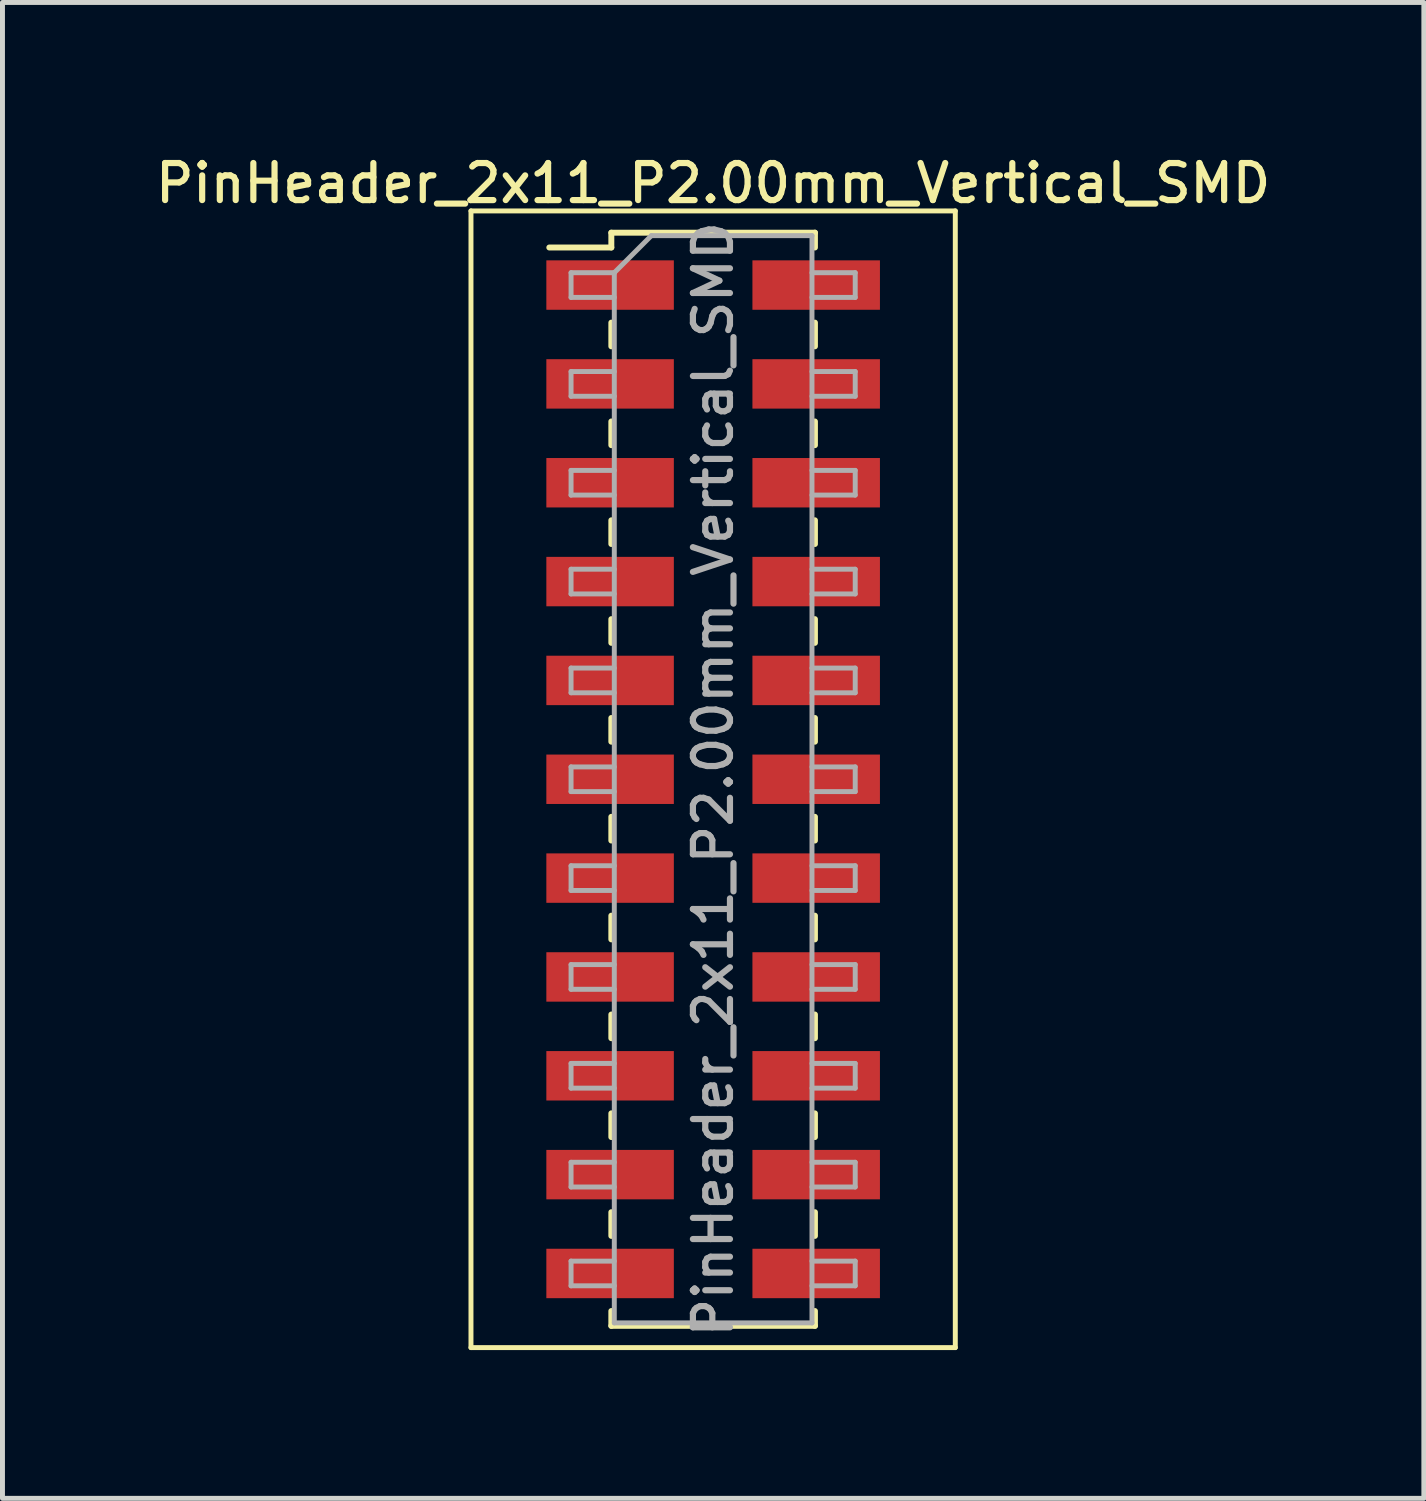
<source format=kicad_pcb>
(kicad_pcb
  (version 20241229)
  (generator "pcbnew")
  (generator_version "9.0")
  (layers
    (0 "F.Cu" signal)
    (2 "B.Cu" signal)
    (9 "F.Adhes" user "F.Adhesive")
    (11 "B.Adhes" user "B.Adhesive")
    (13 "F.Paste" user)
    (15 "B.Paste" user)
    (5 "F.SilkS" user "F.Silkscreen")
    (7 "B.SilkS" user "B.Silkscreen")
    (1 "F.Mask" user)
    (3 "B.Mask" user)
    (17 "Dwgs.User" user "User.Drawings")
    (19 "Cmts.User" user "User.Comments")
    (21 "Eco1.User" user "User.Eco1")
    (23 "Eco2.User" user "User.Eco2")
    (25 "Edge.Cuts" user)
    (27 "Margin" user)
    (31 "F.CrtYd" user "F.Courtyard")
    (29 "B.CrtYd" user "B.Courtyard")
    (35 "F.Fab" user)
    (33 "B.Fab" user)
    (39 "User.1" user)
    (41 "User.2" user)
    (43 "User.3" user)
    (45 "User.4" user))
  (footprint "PinHeader_2x11_P2.00mm_Vertical_SMD"
    (layer "F.Cu")
    (at 11.38 12.718)
    (property "Reference" "PinHeader_2x11_P2.00mm_Vertical_SMD" (at 0 -12.06 0) (layer "F.SilkS") (effects (font (size 0.75 0.75) (thickness 0.125))))
    (attr smd)
    (fp_line (start -4.9 -11.5) (end -4.9 11.5) (stroke (width 0.1) (type solid)) (layer "F.SilkS"))
    (fp_line (start -4.9 11.5) (end 4.9 11.5) (stroke (width 0.1) (type solid)) (layer "F.SilkS"))
    (fp_line (start -3.315 -10.76) (end -2.06 -10.76) (stroke (width 0.12) (type solid)) (layer "F.SilkS"))
    (fp_line (start -2.06 -11.06) (end -2.06 -10.76) (stroke (width 0.12) (type solid)) (layer "F.SilkS"))
    (fp_line (start -2.06 -11.06) (end 2.06 -11.06) (stroke (width 0.12) (type solid)) (layer "F.SilkS"))
    (fp_line (start -2.06 -9.24) (end -2.06 -8.76) (stroke (width 0.12) (type solid)) (layer "F.SilkS"))
    (fp_line (start -2.06 -7.24) (end -2.06 -6.76) (stroke (width 0.12) (type solid)) (layer "F.SilkS"))
    (fp_line (start -2.06 -5.24) (end -2.06 -4.76) (stroke (width 0.12) (type solid)) (layer "F.SilkS"))
    (fp_line (start -2.06 -3.24) (end -2.06 -2.76) (stroke (width 0.12) (type solid)) (layer "F.SilkS"))
    (fp_line (start -2.06 -1.24) (end -2.06 -0.76) (stroke (width 0.12) (type solid)) (layer "F.SilkS"))
    (fp_line (start -2.06 0.76) (end -2.06 1.24) (stroke (width 0.12) (type solid)) (layer "F.SilkS"))
    (fp_line (start -2.06 2.76) (end -2.06 3.24) (stroke (width 0.12) (type solid)) (layer "F.SilkS"))
    (fp_line (start -2.06 4.76) (end -2.06 5.24) (stroke (width 0.12) (type solid)) (layer "F.SilkS"))
    (fp_line (start -2.06 6.76) (end -2.06 7.24) (stroke (width 0.12) (type solid)) (layer "F.SilkS"))
    (fp_line (start -2.06 8.76) (end -2.06 9.24) (stroke (width 0.12) (type solid)) (layer "F.SilkS"))
    (fp_line (start -2.06 10.76) (end -2.06 11.06) (stroke (width 0.12) (type solid)) (layer "F.SilkS"))
    (fp_line (start -2.06 11.06) (end 2.06 11.06) (stroke (width 0.12) (type solid)) (layer "F.SilkS"))
    (fp_line (start 2.06 -11.06) (end 2.06 -10.76) (stroke (width 0.12) (type solid)) (layer "F.SilkS"))
    (fp_line (start 2.06 -9.24) (end 2.06 -8.76) (stroke (width 0.12) (type solid)) (layer "F.SilkS"))
    (fp_line (start 2.06 -7.24) (end 2.06 -6.76) (stroke (width 0.12) (type solid)) (layer "F.SilkS"))
    (fp_line (start 2.06 -5.24) (end 2.06 -4.76) (stroke (width 0.12) (type solid)) (layer "F.SilkS"))
    (fp_line (start 2.06 -3.24) (end 2.06 -2.76) (stroke (width 0.12) (type solid)) (layer "F.SilkS"))
    (fp_line (start 2.06 -1.24) (end 2.06 -0.76) (stroke (width 0.12) (type solid)) (layer "F.SilkS"))
    (fp_line (start 2.06 0.76) (end 2.06 1.24) (stroke (width 0.12) (type solid)) (layer "F.SilkS"))
    (fp_line (start 2.06 2.76) (end 2.06 3.24) (stroke (width 0.12) (type solid)) (layer "F.SilkS"))
    (fp_line (start 2.06 4.76) (end 2.06 5.24) (stroke (width 0.12) (type solid)) (layer "F.SilkS"))
    (fp_line (start 2.06 6.76) (end 2.06 7.24) (stroke (width 0.12) (type solid)) (layer "F.SilkS"))
    (fp_line (start 2.06 8.76) (end 2.06 9.24) (stroke (width 0.12) (type solid)) (layer "F.SilkS"))
    (fp_line (start 2.06 10.76) (end 2.06 11.06) (stroke (width 0.12) (type solid)) (layer "F.SilkS"))
    (fp_line (start 4.9 -11.5) (end -4.9 -11.5) (stroke (width 0.1) (type solid)) (layer "F.SilkS"))
    (fp_line (start 4.9 11.5) (end 4.9 -11.5) (stroke (width 0.1) (type solid)) (layer "F.SilkS"))
    (fp_line (start -2.875 -10.25) (end -2.875 -9.75) (stroke (width 0.1) (type solid)) (layer "F.Fab"))
    (fp_line (start -2.875 -9.75) (end -2 -9.75) (stroke (width 0.1) (type solid)) (layer "F.Fab"))
    (fp_line (start -2.875 -8.25) (end -2.875 -7.75) (stroke (width 0.1) (type solid)) (layer "F.Fab"))
    (fp_line (start -2.875 -7.75) (end -2 -7.75) (stroke (width 0.1) (type solid)) (layer "F.Fab"))
    (fp_line (start -2.875 -6.25) (end -2.875 -5.75) (stroke (width 0.1) (type solid)) (layer "F.Fab"))
    (fp_line (start -2.875 -5.75) (end -2 -5.75) (stroke (width 0.1) (type solid)) (layer "F.Fab"))
    (fp_line (start -2.875 -4.25) (end -2.875 -3.75) (stroke (width 0.1) (type solid)) (layer "F.Fab"))
    (fp_line (start -2.875 -3.75) (end -2 -3.75) (stroke (width 0.1) (type solid)) (layer "F.Fab"))
    (fp_line (start -2.875 -2.25) (end -2.875 -1.75) (stroke (width 0.1) (type solid)) (layer "F.Fab"))
    (fp_line (start -2.875 -1.75) (end -2 -1.75) (stroke (width 0.1) (type solid)) (layer "F.Fab"))
    (fp_line (start -2.875 -0.25) (end -2.875 0.25) (stroke (width 0.1) (type solid)) (layer "F.Fab"))
    (fp_line (start -2.875 0.25) (end -2 0.25) (stroke (width 0.1) (type solid)) (layer "F.Fab"))
    (fp_line (start -2.875 1.75) (end -2.875 2.25) (stroke (width 0.1) (type solid)) (layer "F.Fab"))
    (fp_line (start -2.875 2.25) (end -2 2.25) (stroke (width 0.1) (type solid)) (layer "F.Fab"))
    (fp_line (start -2.875 3.75) (end -2.875 4.25) (stroke (width 0.1) (type solid)) (layer "F.Fab"))
    (fp_line (start -2.875 4.25) (end -2 4.25) (stroke (width 0.1) (type solid)) (layer "F.Fab"))
    (fp_line (start -2.875 5.75) (end -2.875 6.25) (stroke (width 0.1) (type solid)) (layer "F.Fab"))
    (fp_line (start -2.875 6.25) (end -2 6.25) (stroke (width 0.1) (type solid)) (layer "F.Fab"))
    (fp_line (start -2.875 7.75) (end -2.875 8.25) (stroke (width 0.1) (type solid)) (layer "F.Fab"))
    (fp_line (start -2.875 8.25) (end -2 8.25) (stroke (width 0.1) (type solid)) (layer "F.Fab"))
    (fp_line (start -2.875 9.75) (end -2.875 10.25) (stroke (width 0.1) (type solid)) (layer "F.Fab"))
    (fp_line (start -2.875 10.25) (end -2 10.25) (stroke (width 0.1) (type solid)) (layer "F.Fab"))
    (fp_line (start -2 -10.25) (end -2.875 -10.25) (stroke (width 0.1) (type solid)) (layer "F.Fab"))
    (fp_line (start -2 -10.25) (end -1.25 -11) (stroke (width 0.1) (type solid)) (layer "F.Fab"))
    (fp_line (start -2 -8.25) (end -2.875 -8.25) (stroke (width 0.1) (type solid)) (layer "F.Fab"))
    (fp_line (start -2 -6.25) (end -2.875 -6.25) (stroke (width 0.1) (type solid)) (layer "F.Fab"))
    (fp_line (start -2 -4.25) (end -2.875 -4.25) (stroke (width 0.1) (type solid)) (layer "F.Fab"))
    (fp_line (start -2 -2.25) (end -2.875 -2.25) (stroke (width 0.1) (type solid)) (layer "F.Fab"))
    (fp_line (start -2 -0.25) (end -2.875 -0.25) (stroke (width 0.1) (type solid)) (layer "F.Fab"))
    (fp_line (start -2 1.75) (end -2.875 1.75) (stroke (width 0.1) (type solid)) (layer "F.Fab"))
    (fp_line (start -2 3.75) (end -2.875 3.75) (stroke (width 0.1) (type solid)) (layer "F.Fab"))
    (fp_line (start -2 5.75) (end -2.875 5.75) (stroke (width 0.1) (type solid)) (layer "F.Fab"))
    (fp_line (start -2 7.75) (end -2.875 7.75) (stroke (width 0.1) (type solid)) (layer "F.Fab"))
    (fp_line (start -2 9.75) (end -2.875 9.75) (stroke (width 0.1) (type solid)) (layer "F.Fab"))
    (fp_line (start -2 11) (end -2 -10.25) (stroke (width 0.1) (type solid)) (layer "F.Fab"))
    (fp_line (start -1.25 -11) (end 2 -11) (stroke (width 0.1) (type solid)) (layer "F.Fab"))
    (fp_line (start 2 -11) (end 2 11) (stroke (width 0.1) (type solid)) (layer "F.Fab"))
    (fp_line (start 2 -10.25) (end 2.875 -10.25) (stroke (width 0.1) (type solid)) (layer "F.Fab"))
    (fp_line (start 2 -8.25) (end 2.875 -8.25) (stroke (width 0.1) (type solid)) (layer "F.Fab"))
    (fp_line (start 2 -6.25) (end 2.875 -6.25) (stroke (width 0.1) (type solid)) (layer "F.Fab"))
    (fp_line (start 2 -4.25) (end 2.875 -4.25) (stroke (width 0.1) (type solid)) (layer "F.Fab"))
    (fp_line (start 2 -2.25) (end 2.875 -2.25) (stroke (width 0.1) (type solid)) (layer "F.Fab"))
    (fp_line (start 2 -0.25) (end 2.875 -0.25) (stroke (width 0.1) (type solid)) (layer "F.Fab"))
    (fp_line (start 2 1.75) (end 2.875 1.75) (stroke (width 0.1) (type solid)) (layer "F.Fab"))
    (fp_line (start 2 3.75) (end 2.875 3.75) (stroke (width 0.1) (type solid)) (layer "F.Fab"))
    (fp_line (start 2 5.75) (end 2.875 5.75) (stroke (width 0.1) (type solid)) (layer "F.Fab"))
    (fp_line (start 2 7.75) (end 2.875 7.75) (stroke (width 0.1) (type solid)) (layer "F.Fab"))
    (fp_line (start 2 9.75) (end 2.875 9.75) (stroke (width 0.1) (type solid)) (layer "F.Fab"))
    (fp_line (start 2 11) (end -2 11) (stroke (width 0.1) (type solid)) (layer "F.Fab"))
    (fp_line (start 2.875 -10.25) (end 2.875 -9.75) (stroke (width 0.1) (type solid)) (layer "F.Fab"))
    (fp_line (start 2.875 -9.75) (end 2 -9.75) (stroke (width 0.1) (type solid)) (layer "F.Fab"))
    (fp_line (start 2.875 -8.25) (end 2.875 -7.75) (stroke (width 0.1) (type solid)) (layer "F.Fab"))
    (fp_line (start 2.875 -7.75) (end 2 -7.75) (stroke (width 0.1) (type solid)) (layer "F.Fab"))
    (fp_line (start 2.875 -6.25) (end 2.875 -5.75) (stroke (width 0.1) (type solid)) (layer "F.Fab"))
    (fp_line (start 2.875 -5.75) (end 2 -5.75) (stroke (width 0.1) (type solid)) (layer "F.Fab"))
    (fp_line (start 2.875 -4.25) (end 2.875 -3.75) (stroke (width 0.1) (type solid)) (layer "F.Fab"))
    (fp_line (start 2.875 -3.75) (end 2 -3.75) (stroke (width 0.1) (type solid)) (layer "F.Fab"))
    (fp_line (start 2.875 -2.25) (end 2.875 -1.75) (stroke (width 0.1) (type solid)) (layer "F.Fab"))
    (fp_line (start 2.875 -1.75) (end 2 -1.75) (stroke (width 0.1) (type solid)) (layer "F.Fab"))
    (fp_line (start 2.875 -0.25) (end 2.875 0.25) (stroke (width 0.1) (type solid)) (layer "F.Fab"))
    (fp_line (start 2.875 0.25) (end 2 0.25) (stroke (width 0.1) (type solid)) (layer "F.Fab"))
    (fp_line (start 2.875 1.75) (end 2.875 2.25) (stroke (width 0.1) (type solid)) (layer "F.Fab"))
    (fp_line (start 2.875 2.25) (end 2 2.25) (stroke (width 0.1) (type solid)) (layer "F.Fab"))
    (fp_line (start 2.875 3.75) (end 2.875 4.25) (stroke (width 0.1) (type solid)) (layer "F.Fab"))
    (fp_line (start 2.875 4.25) (end 2 4.25) (stroke (width 0.1) (type solid)) (layer "F.Fab"))
    (fp_line (start 2.875 5.75) (end 2.875 6.25) (stroke (width 0.1) (type solid)) (layer "F.Fab"))
    (fp_line (start 2.875 6.25) (end 2 6.25) (stroke (width 0.1) (type solid)) (layer "F.Fab"))
    (fp_line (start 2.875 7.75) (end 2.875 8.25) (stroke (width 0.1) (type solid)) (layer "F.Fab"))
    (fp_line (start 2.875 8.25) (end 2 8.25) (stroke (width 0.1) (type solid)) (layer "F.Fab"))
    (fp_line (start 2.875 9.75) (end 2.875 10.25) (stroke (width 0.1) (type solid)) (layer "F.Fab"))
    (fp_line (start 2.875 10.25) (end 2 10.25) (stroke (width 0.1) (type solid)) (layer "F.Fab"))
    (fp_text user "${REFERENCE}" (at 0 0 90) (layer "F.Fab") (effects (font (size 0.75 0.75) (thickness 0.125))))
    (pad "1" smd rect (at -2.085 -10) (size 2.58 1) (layers "F.Cu" "F.Mask" "F.Paste"))
    (pad "2" smd rect (at 2.085 -10) (size 2.58 1) (layers "F.Cu" "F.Mask" "F.Paste"))
    (pad "3" smd rect (at -2.085 -8) (size 2.58 1) (layers "F.Cu" "F.Mask" "F.Paste"))
    (pad "4" smd rect (at 2.085 -8) (size 2.58 1) (layers "F.Cu" "F.Mask" "F.Paste"))
    (pad "5" smd rect (at -2.085 -6) (size 2.58 1) (layers "F.Cu" "F.Mask" "F.Paste"))
    (pad "6" smd rect (at 2.085 -6) (size 2.58 1) (layers "F.Cu" "F.Mask" "F.Paste"))
    (pad "7" smd rect (at -2.085 -4) (size 2.58 1) (layers "F.Cu" "F.Mask" "F.Paste"))
    (pad "8" smd rect (at 2.085 -4) (size 2.58 1) (layers "F.Cu" "F.Mask" "F.Paste"))
    (pad "9" smd rect (at -2.085 -2) (size 2.58 1) (layers "F.Cu" "F.Mask" "F.Paste"))
    (pad "10" smd rect (at 2.085 -2) (size 2.58 1) (layers "F.Cu" "F.Mask" "F.Paste"))
    (pad "11" smd rect (at -2.085 0) (size 2.58 1) (layers "F.Cu" "F.Mask" "F.Paste"))
    (pad "12" smd rect (at 2.085 0) (size 2.58 1) (layers "F.Cu" "F.Mask" "F.Paste"))
    (pad "13" smd rect (at -2.085 2) (size 2.58 1) (layers "F.Cu" "F.Mask" "F.Paste"))
    (pad "14" smd rect (at 2.085 2) (size 2.58 1) (layers "F.Cu" "F.Mask" "F.Paste"))
    (pad "15" smd rect (at -2.085 4) (size 2.58 1) (layers "F.Cu" "F.Mask" "F.Paste"))
    (pad "16" smd rect (at 2.085 4) (size 2.58 1) (layers "F.Cu" "F.Mask" "F.Paste"))
    (pad "17" smd rect (at -2.085 6) (size 2.58 1) (layers "F.Cu" "F.Mask" "F.Paste"))
    (pad "18" smd rect (at 2.085 6) (size 2.58 1) (layers "F.Cu" "F.Mask" "F.Paste"))
    (pad "19" smd rect (at -2.085 8) (size 2.58 1) (layers "F.Cu" "F.Mask" "F.Paste"))
    (pad "20" smd rect (at 2.085 8) (size 2.58 1) (layers "F.Cu" "F.Mask" "F.Paste"))
    (pad "21" smd rect (at -2.085 10) (size 2.58 1) (layers "F.Cu" "F.Mask" "F.Paste"))
    (pad "22" smd rect (at 2.085 10) (size 2.58 1) (layers "F.Cu" "F.Mask" "F.Paste")))
  (gr_rect
    (start -3 -3)
    (end 25.761 27.268)
    (stroke (width 0.1) (type default))
    (fill no)
    (layer "Edge.Cuts")))
</source>
